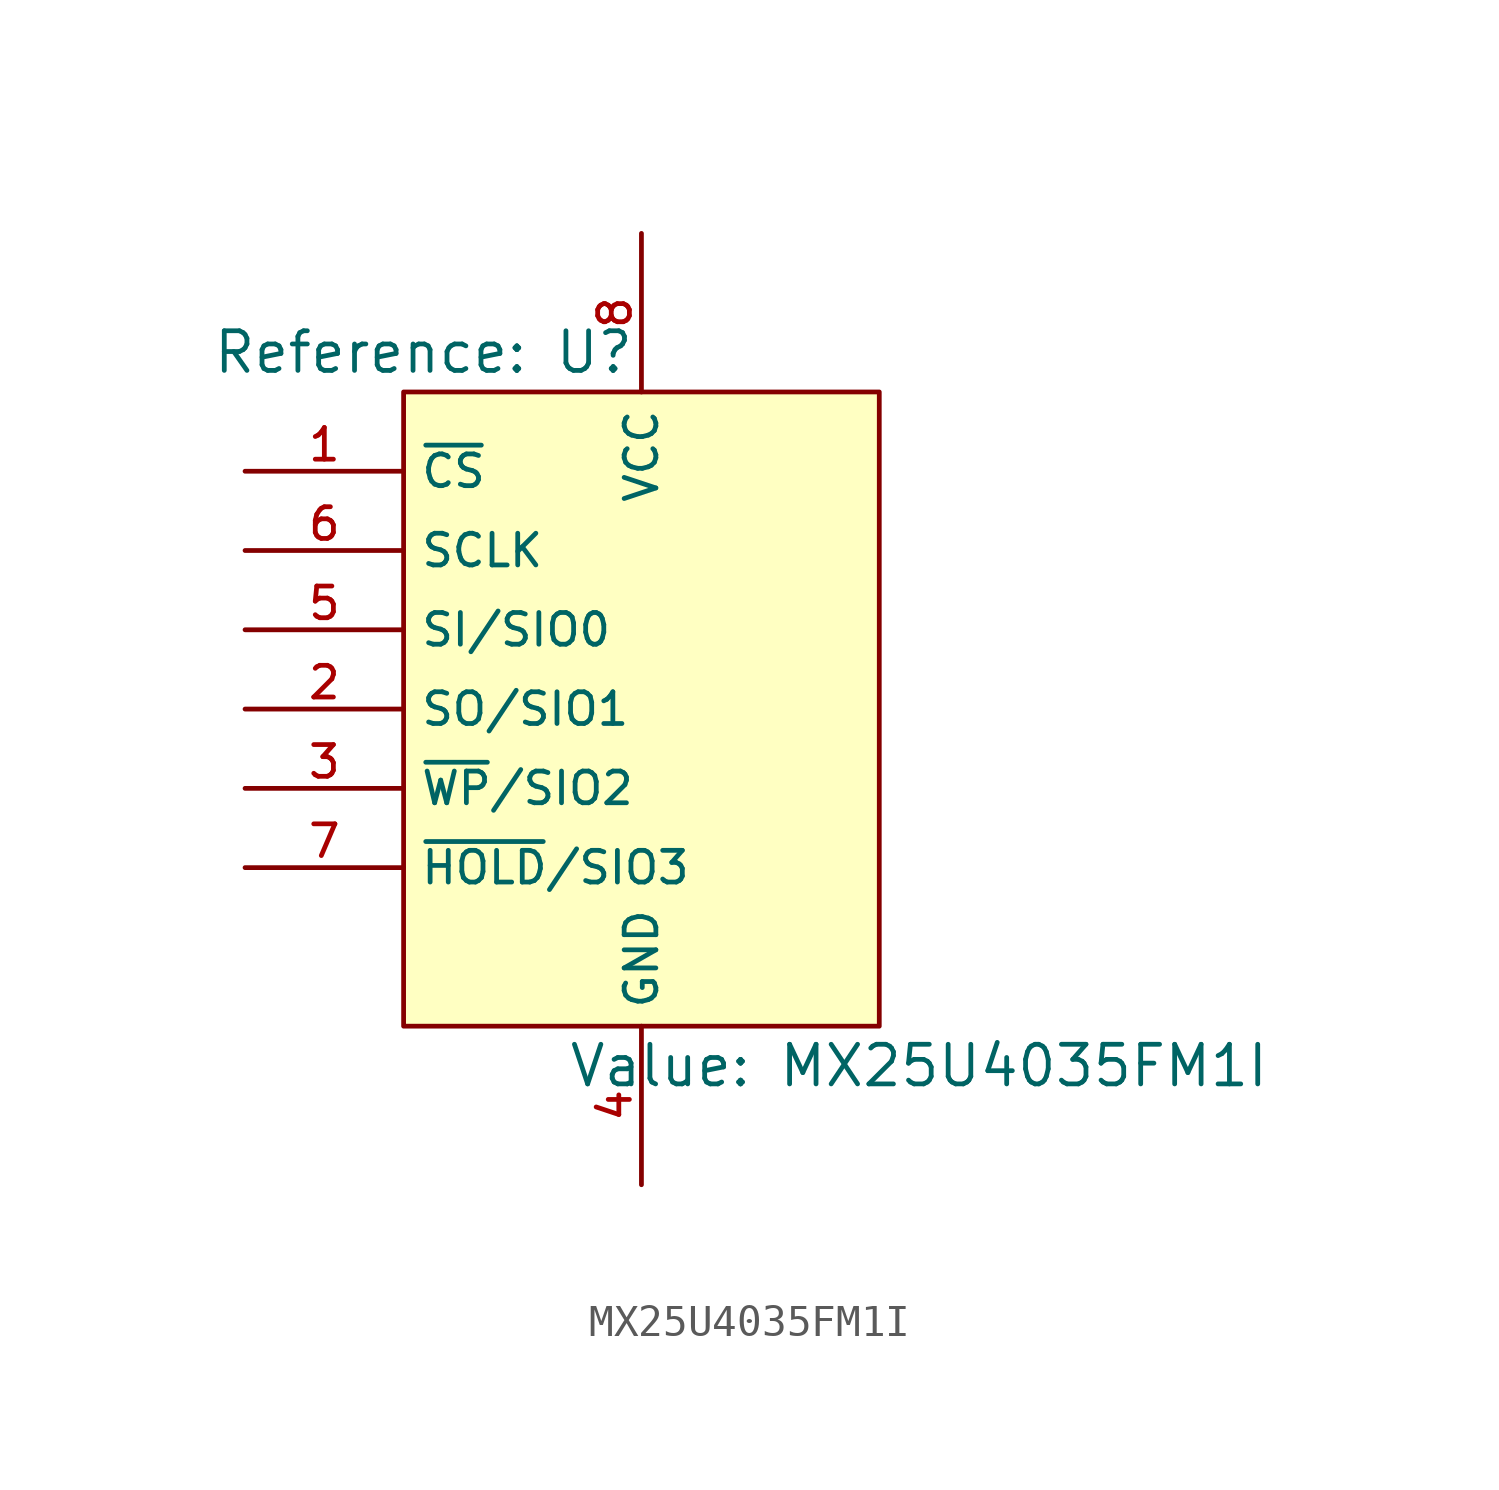
<source format=kicad_sym>
(kicad_symbol_lib
  (version 20231120)
  (generator "kicad_symbol_editor")
  (generator_version "8.0")
  (symbol "MX25U4035FM1I"
    (property "Reference" "U"
      (at -6.985 11.43 0)
      (show_name)
      (effects (font (size 1.27 1.27))))
    (property "Value" "MX25U4035FM1I"
      (at 8.89 -11.43 0)
      (show_name)
      (effects (font (size 1.27 1.27))))
    (symbol "MX25U4035FM1I_1_0"
      (pin bidirectional line (at -12.7 7.62 0) (length 5.08) (name "~{CS}" (effects (font (size 1.016 1.016)))) (number "1" (effects (font (size 1.016 1.016)))))
      (pin bidirectional line (at -12.7 0 0) (length 5.08) (name "SO/SIO1" (effects (font (size 1.016 1.016)))) (number "2" (effects (font (size 1.016 1.016)))))
      (pin bidirectional line (at -12.7 -2.54 0) (length 5.08) (name "~{WP}/SIO2" (effects (font (size 1.016 1.016)))) (number "3" (effects (font (size 1.016 1.016)))))
      (pin power_in line (at 0 -15.24 90) (length 5.08) (name "GND" (effects (font (size 1.016 1.016)))) (number "4" (effects (font (size 1.016 1.016)))))
      (pin bidirectional line (at -12.7 2.54 0) (length 5.08) (name "SI/SIO0" (effects (font (size 1.016 1.016)))) (number "5" (effects (font (size 1.016 1.016)))))
      (pin bidirectional line (at -12.7 5.08 0) (length 5.08) (name "SCLK" (effects (font (size 1.016 1.016)))) (number "6" (effects (font (size 1.016 1.016)))))
      (pin bidirectional line (at -12.7 -5.08 0) (length 5.08) (name "~{HOLD}/SIO3" (effects (font (size 1.016 1.016)))) (number "7" (effects (font (size 1.016 1.016)))))
      (pin power_in line (at 0 15.24 270) (length 5.08) (name "VCC" (effects (font (size 1.016 1.016)))) (number "8" (effects (font (size 1.016 1.016))))))
    (symbol "MX25U4035FM1I_1_1"
      (rectangle (start -7.62 10.16) (end 7.62 -10.16) (stroke (width 0) (type default)) (fill (type background))))))
</source>
